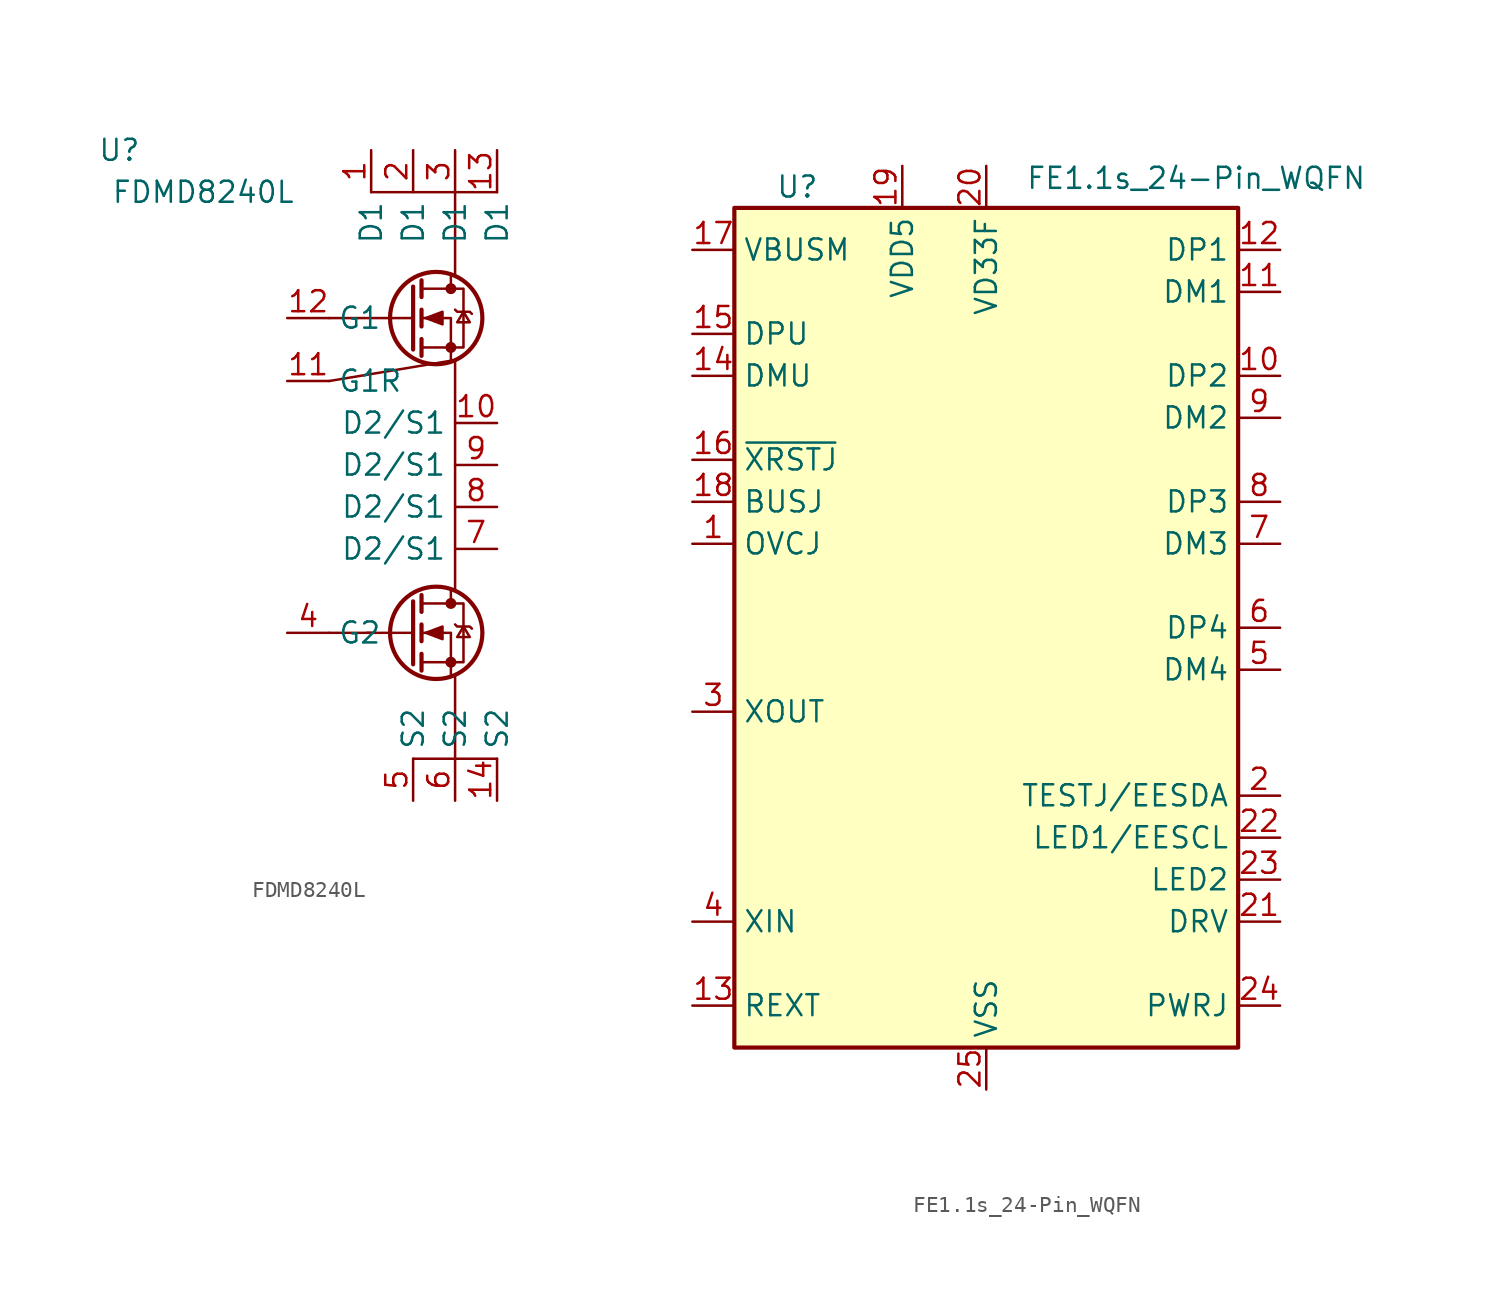
<source format=kicad_sym>
(kicad_symbol_lib
  (version 20241209)
  (generator "kicad_symbol_editor")
  (generator_version "9.0")
  (symbol "FDMD8240L"
    (property "Reference" "U"
      (at -15.24 0 0)
      (effects (font (size 1.27 1.27))))
    (property "Value" "FDMD8240L"
      (at -10.16 -2.54 0)
      (effects (font (size 1.27 1.27))))
    (symbol "FDMD8240L_0_1"
      (polyline (pts (xy -2.54 -13.97) (xy 5.08 -12.7)) (stroke (width 0) (type default)) (fill (type none)))
      (polyline (pts (xy -2.54 -29.21) (xy 0 -29.21)) (stroke (width 0) (type default)) (fill (type none)))
      (polyline (pts (xy 0 -2.54) (xy 7.62 -2.54)) (stroke (width 0) (type default)) (fill (type none)))
      (polyline (pts (xy 2.54 -8.255) (xy 2.54 -12.065)) (stroke (width 0.254) (type default)) (fill (type none)))
      (polyline (pts (xy 2.54 -10.16) (xy -2.54 -10.16)) (stroke (width 0) (type default)) (fill (type none)))
      (polyline (pts (xy 2.54 -27.305) (xy 2.54 -31.115)) (stroke (width 0.254) (type default)) (fill (type none)))
      (polyline (pts (xy 2.54 -29.21) (xy -0.254 -29.21)) (stroke (width 0) (type default)) (fill (type none)))
      (polyline (pts (xy 3.048 -7.874) (xy 3.048 -8.89)) (stroke (width 0.254) (type default)) (fill (type none)))
      (polyline (pts (xy 3.048 -9.652) (xy 3.048 -10.668)) (stroke (width 0.254) (type default)) (fill (type none)))
      (polyline (pts (xy 3.048 -11.43) (xy 3.048 -12.446)) (stroke (width 0.254) (type default)) (fill (type none)))
      (polyline (pts (xy 3.048 -11.938) (xy 5.588 -11.938) (xy 5.588 -8.382) (xy 3.048 -8.382)) (stroke (width 0) (type default)) (fill (type none)))
      (polyline (pts (xy 3.048 -26.924) (xy 3.048 -27.94)) (stroke (width 0.254) (type default)) (fill (type none)))
      (polyline (pts (xy 3.048 -28.702) (xy 3.048 -29.718)) (stroke (width 0.254) (type default)) (fill (type none)))
      (polyline (pts (xy 3.048 -30.48) (xy 3.048 -31.496)) (stroke (width 0.254) (type default)) (fill (type none)))
      (polyline (pts (xy 3.048 -30.988) (xy 5.588 -30.988) (xy 5.588 -27.432) (xy 3.048 -27.432)) (stroke (width 0) (type default)) (fill (type none)))
      (polyline (pts (xy 3.302 -10.16) (xy 4.318 -9.779) (xy 4.318 -10.541) (xy 3.302 -10.16)) (stroke (width 0) (type default)) (fill (type outline)))
      (polyline (pts (xy 3.302 -29.21) (xy 4.318 -28.829) (xy 4.318 -29.591) (xy 3.302 -29.21)) (stroke (width 0) (type default)) (fill (type outline)))
      (circle (center 3.937 -10.16) (radius 2.794) (stroke (width 0.254) (type default)) (fill (type none)))
      (circle (center 3.937 -29.21) (radius 2.794) (stroke (width 0.254) (type default)) (fill (type none)))
      (polyline (pts (xy 4.826 -7.62) (xy 4.826 -8.382)) (stroke (width 0) (type default)) (fill (type none)))
      (circle (center 4.826 -8.382) (radius 0.254) (stroke (width 0) (type default)) (fill (type outline)))
      (circle (center 4.826 -11.938) (radius 0.254) (stroke (width 0) (type default)) (fill (type outline)))
      (polyline (pts (xy 4.826 -12.7) (xy 4.826 -10.16) (xy 3.048 -10.16)) (stroke (width 0) (type default)) (fill (type none)))
      (polyline (pts (xy 4.826 -26.67) (xy 4.826 -27.432)) (stroke (width 0) (type default)) (fill (type none)))
      (circle (center 4.826 -27.432) (radius 0.254) (stroke (width 0) (type default)) (fill (type outline)))
      (circle (center 4.826 -30.988) (radius 0.254) (stroke (width 0) (type default)) (fill (type outline)))
      (polyline (pts (xy 4.826 -31.75) (xy 4.826 -29.21) (xy 3.048 -29.21)) (stroke (width 0) (type default)) (fill (type none)))
      (polyline (pts (xy 5.08 -2.54) (xy 5.08 -7.62)) (stroke (width 0) (type default)) (fill (type none)))
      (polyline (pts (xy 5.08 -9.652) (xy 5.207 -9.779) (xy 5.969 -9.779) (xy 6.096 -9.906)) (stroke (width 0) (type default)) (fill (type none)))
      (polyline (pts (xy 5.08 -26.67) (xy 5.08 -12.7)) (stroke (width 0) (type default)) (fill (type none)))
      (polyline (pts (xy 5.08 -28.702) (xy 5.207 -28.829) (xy 5.969 -28.829) (xy 6.096 -28.956)) (stroke (width 0) (type default)) (fill (type none)))
      (polyline (pts (xy 5.08 -36.83) (xy 5.08 -31.75)) (stroke (width 0) (type default)) (fill (type none)))
      (polyline (pts (xy 5.588 -9.779) (xy 5.207 -10.414) (xy 5.969 -10.414) (xy 5.588 -9.779)) (stroke (width 0) (type default)) (fill (type none)))
      (polyline (pts (xy 5.588 -28.829) (xy 5.207 -29.464) (xy 5.969 -29.464) (xy 5.588 -28.829)) (stroke (width 0) (type default)) (fill (type none)))
      (polyline (pts (xy 7.62 -36.83) (xy 2.54 -36.83)) (stroke (width 0) (type default)) (fill (type none))))
    (symbol "FDMD8240L_1_1"
      (pin passive line (at -5.08 -10.16 0) (length 2.54) (name "G1" (effects (font (size 1.27 1.27)))) (number "12" (effects (font (size 1.27 1.27)))))
      (pin passive line (at -5.08 -13.97 0) (length 2.54) (name "G1R" (effects (font (size 1.27 1.27)))) (number "11" (effects (font (size 1.27 1.27)))))
      (pin passive line (at -5.08 -29.21 0) (length 2.54) (name "G2" (effects (font (size 1.27 1.27)))) (number "4" (effects (font (size 1.27 1.27)))))
      (pin passive line (at 0 0 270) (length 2.54) (name "D1" (effects (font (size 1.27 1.27)))) (number "1" (effects (font (size 1.27 1.27)))))
      (pin passive line (at 2.54 0 270) (length 2.54) (name "D1" (effects (font (size 1.27 1.27)))) (number "2" (effects (font (size 1.27 1.27)))))
      (pin passive line (at 2.54 -39.37 90) (length 2.54) (name "S2" (effects (font (size 1.27 1.27)))) (number "5" (effects (font (size 1.27 1.27)))))
      (pin passive line (at 5.08 0 270) (length 2.54) (name "D1" (effects (font (size 1.27 1.27)))) (number "3" (effects (font (size 1.27 1.27)))))
      (pin passive line (at 5.08 -39.37 90) (length 2.54) (name "S2" (effects (font (size 1.27 1.27)))) (number "6" (effects (font (size 1.27 1.27)))))
      (pin passive line (at 7.62 0 270) (length 2.54) (name "D1" (effects (font (size 1.27 1.27)))) (number "13" (effects (font (size 1.27 1.27)))))
      (pin passive line (at 7.62 -16.51 180) (length 2.54) (name "D2/S1" (effects (font (size 1.27 1.27)))) (number "10" (effects (font (size 1.27 1.27)))))
      (pin passive line (at 7.62 -19.05 180) (length 2.54) (name "D2/S1" (effects (font (size 1.27 1.27)))) (number "9" (effects (font (size 1.27 1.27)))))
      (pin passive line (at 7.62 -21.59 180) (length 2.54) (name "D2/S1" (effects (font (size 1.27 1.27)))) (number "8" (effects (font (size 1.27 1.27)))))
      (pin passive line (at 7.62 -24.13 180) (length 2.54) (name "D2/S1" (effects (font (size 1.27 1.27)))) (number "7" (effects (font (size 1.27 1.27)))))
      (pin passive line (at 7.62 -39.37 90) (length 2.54) (name "S2" (effects (font (size 1.27 1.27)))) (number "14" (effects (font (size 1.27 1.27)))))))
  (symbol "FE1.1s_24-Pin_WQFN"
    (property "Reference" "U"
      (at -11.43 26.67 0)
      (effects (font (size 1.27 1.27))))
    (property "Value" "FE1.1s_24-Pin_WQFN"
      (at 12.7 27.94 0)
      (effects (font (size 1.27 1.27)) (justify top)))
    (symbol "FE1.1s_24-Pin_WQFN_0_1"
      (rectangle (start -15.24 25.4) (end 15.24 -25.4) (stroke (width 0.254) (type default)) (fill (type background))))
    (symbol "FE1.1s_24-Pin_WQFN_1_1"
      (pin input line (at -17.78 22.86 0) (length 2.54) (name "VBUSM" (effects (font (size 1.27 1.27)))) (number "17" (effects (font (size 1.27 1.27)))))
      (pin bidirectional line (at -17.78 17.78 0) (length 2.54) (name "DPU" (effects (font (size 1.27 1.27)))) (number "15" (effects (font (size 1.27 1.27)))))
      (pin bidirectional line (at -17.78 15.24 0) (length 2.54) (name "DMU" (effects (font (size 1.27 1.27)))) (number "14" (effects (font (size 1.27 1.27)))))
      (pin input line (at -17.78 10.16 0) (length 2.54) (name "~{XRSTJ}" (effects (font (size 1.27 1.27)))) (number "16" (effects (font (size 1.27 1.27)))))
      (pin input line (at -17.78 7.62 0) (length 2.54) (name "BUSJ" (effects (font (size 1.27 1.27)))) (number "18" (effects (font (size 1.27 1.27)))))
      (pin input line (at -17.78 5.08 0) (length 2.54) (name "OVCJ" (effects (font (size 1.27 1.27)))) (number "1" (effects (font (size 1.27 1.27)))))
      (pin output line (at -17.78 -5.08 0) (length 2.54) (name "XOUT" (effects (font (size 1.27 1.27)))) (number "3" (effects (font (size 1.27 1.27)))))
      (pin input line (at -17.78 -17.78 0) (length 2.54) (name "XIN" (effects (font (size 1.27 1.27)))) (number "4" (effects (font (size 1.27 1.27)))))
      (pin passive line (at -17.78 -22.86 0) (length 2.54) (name "REXT" (effects (font (size 1.27 1.27)))) (number "13" (effects (font (size 1.27 1.27)))))
      (pin power_in line (at -5.08 27.94 270) (length 2.54) (name "VDD5" (effects (font (size 1.27 1.27)))) (number "19" (effects (font (size 1.27 1.27)))))
      (pin power_out line (at 0 27.94 270) (length 2.54) (name "VD33F" (effects (font (size 1.27 1.27)))) (number "20" (effects (font (size 1.27 1.27)))))
      (pin power_in line (at 0 -27.94 90) (length 2.54) (name "VSS" (effects (font (size 1.27 1.27)))) (number "25" (effects (font (size 1.27 1.27)))))
      (pin bidirectional line (at 17.78 22.86 180) (length 2.54) (name "DP1" (effects (font (size 1.27 1.27)))) (number "12" (effects (font (size 1.27 1.27)))))
      (pin bidirectional line (at 17.78 20.32 180) (length 2.54) (name "DM1" (effects (font (size 1.27 1.27)))) (number "11" (effects (font (size 1.27 1.27)))))
      (pin bidirectional line (at 17.78 15.24 180) (length 2.54) (name "DP2" (effects (font (size 1.27 1.27)))) (number "10" (effects (font (size 1.27 1.27)))))
      (pin bidirectional line (at 17.78 12.7 180) (length 2.54) (name "DM2" (effects (font (size 1.27 1.27)))) (number "9" (effects (font (size 1.27 1.27)))))
      (pin bidirectional line (at 17.78 7.62 180) (length 2.54) (name "DP3" (effects (font (size 1.27 1.27)))) (number "8" (effects (font (size 1.27 1.27)))))
      (pin bidirectional line (at 17.78 5.08 180) (length 2.54) (name "DM3" (effects (font (size 1.27 1.27)))) (number "7" (effects (font (size 1.27 1.27)))))
      (pin bidirectional line (at 17.78 0 180) (length 2.54) (name "DP4" (effects (font (size 1.27 1.27)))) (number "6" (effects (font (size 1.27 1.27)))))
      (pin bidirectional line (at 17.78 -2.54 180) (length 2.54) (name "DM4" (effects (font (size 1.27 1.27)))) (number "5" (effects (font (size 1.27 1.27)))))
      (pin bidirectional line (at 17.78 -10.16 180) (length 2.54) (name "TESTJ/EESDA" (effects (font (size 1.27 1.27)))) (number "2" (effects (font (size 1.27 1.27)))))
      (pin bidirectional line (at 17.78 -12.7 180) (length 2.54) (name "LED1/EESCL" (effects (font (size 1.27 1.27)))) (number "22" (effects (font (size 1.27 1.27)))))
      (pin bidirectional line (at 17.78 -15.24 180) (length 2.54) (name "LED2" (effects (font (size 1.27 1.27)))) (number "23" (effects (font (size 1.27 1.27)))))
      (pin bidirectional line (at 17.78 -17.78 180) (length 2.54) (name "DRV" (effects (font (size 1.27 1.27)))) (number "21" (effects (font (size 1.27 1.27)))))
      (pin output line (at 17.78 -22.86 180) (length 2.54) (name "PWRJ" (effects (font (size 1.27 1.27)))) (number "24" (effects (font (size 1.27 1.27))))))))
</source>
